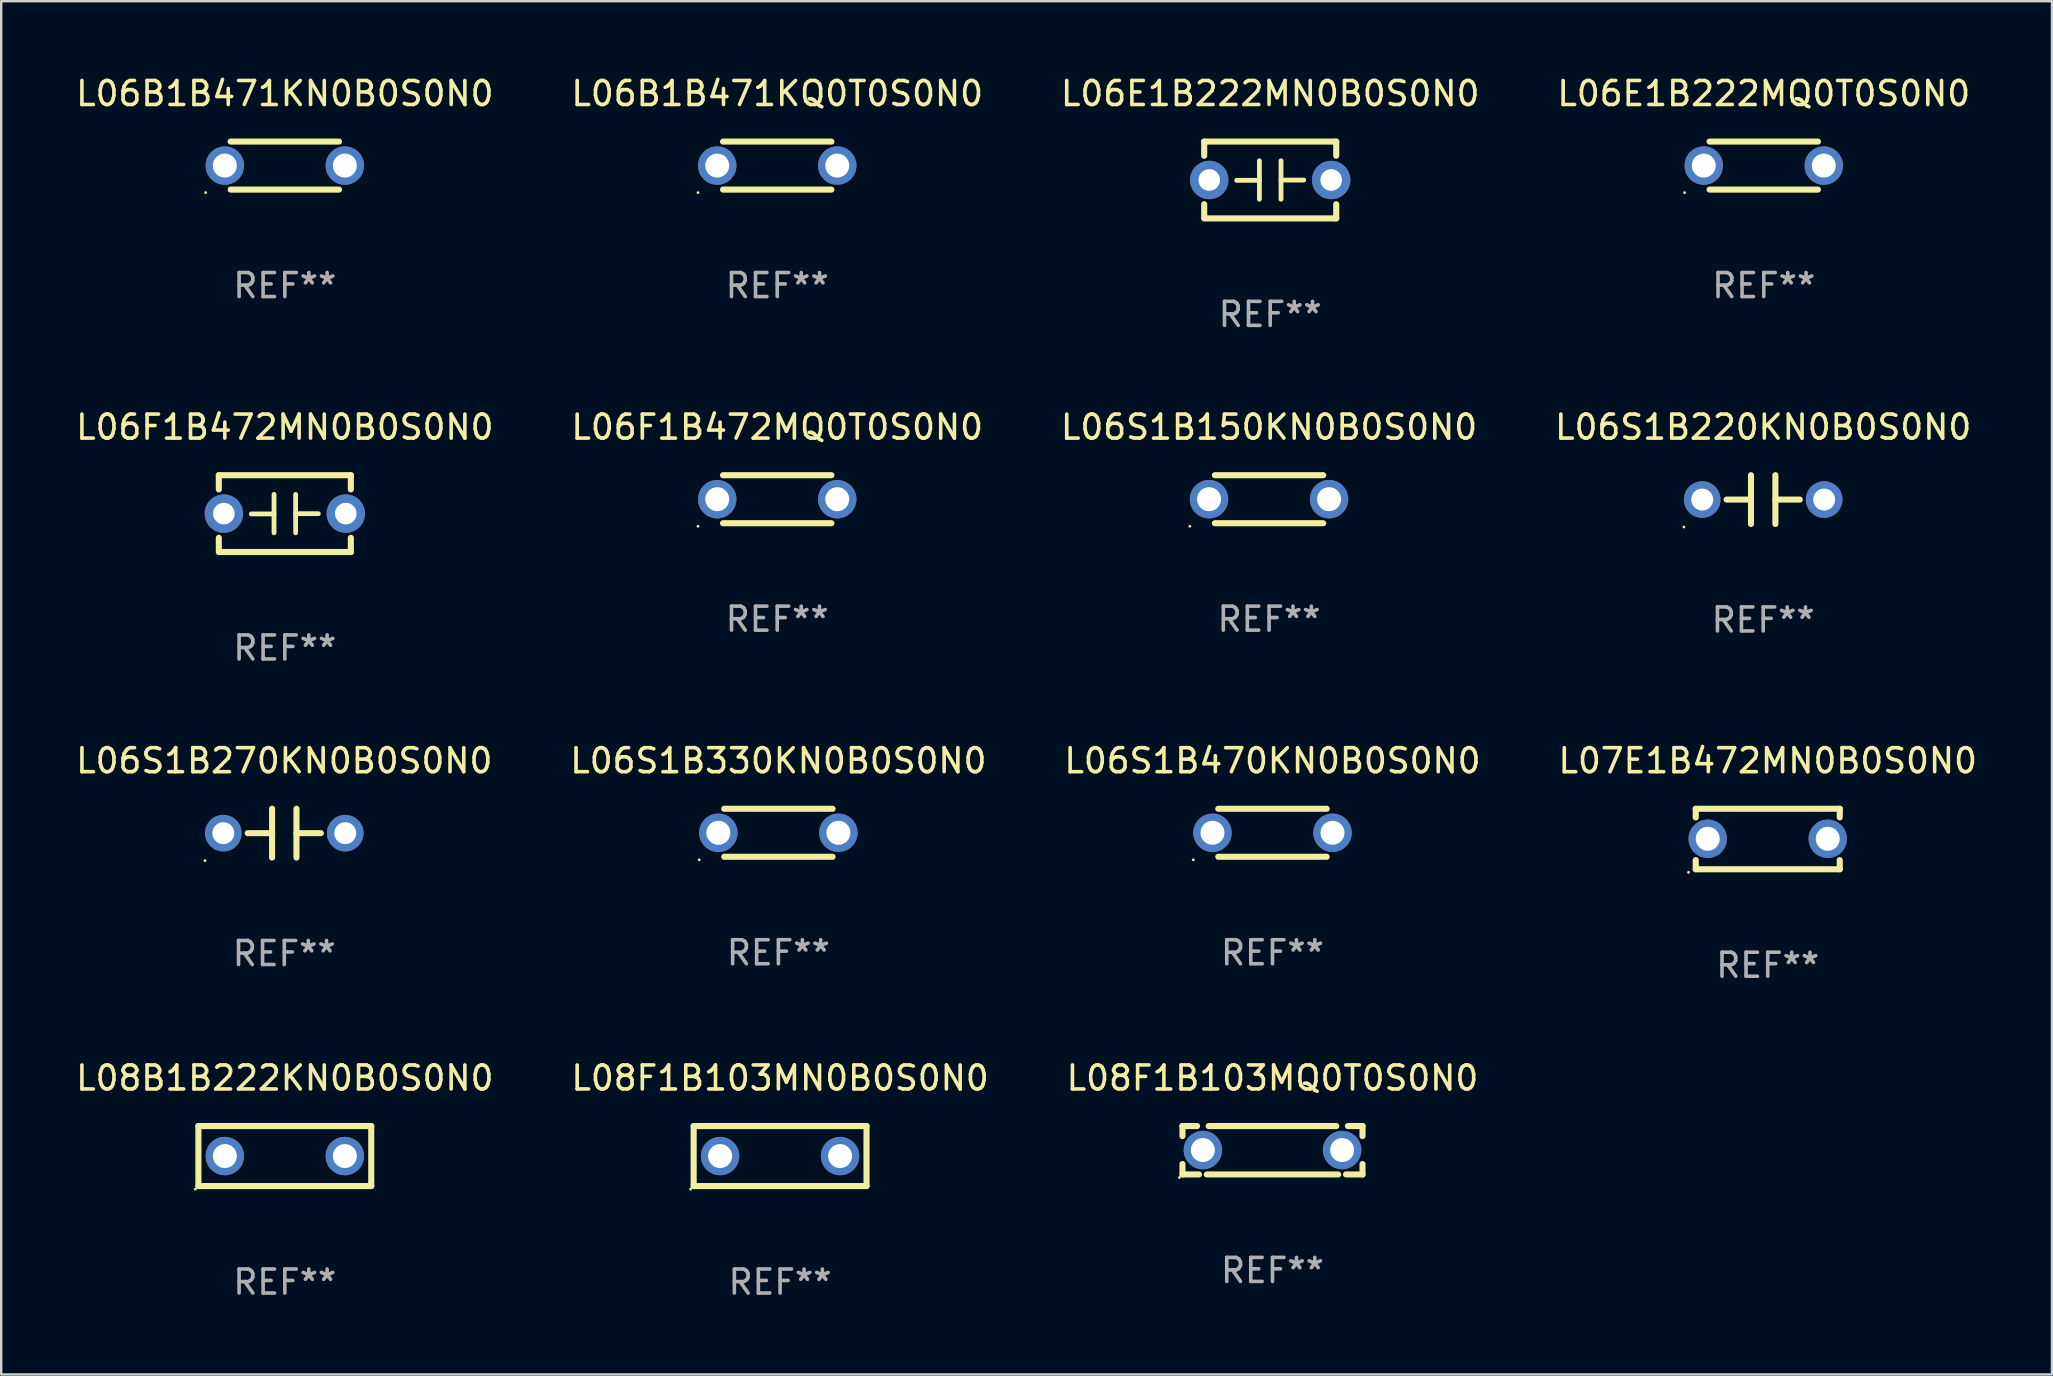
<source format=kicad_pcb>
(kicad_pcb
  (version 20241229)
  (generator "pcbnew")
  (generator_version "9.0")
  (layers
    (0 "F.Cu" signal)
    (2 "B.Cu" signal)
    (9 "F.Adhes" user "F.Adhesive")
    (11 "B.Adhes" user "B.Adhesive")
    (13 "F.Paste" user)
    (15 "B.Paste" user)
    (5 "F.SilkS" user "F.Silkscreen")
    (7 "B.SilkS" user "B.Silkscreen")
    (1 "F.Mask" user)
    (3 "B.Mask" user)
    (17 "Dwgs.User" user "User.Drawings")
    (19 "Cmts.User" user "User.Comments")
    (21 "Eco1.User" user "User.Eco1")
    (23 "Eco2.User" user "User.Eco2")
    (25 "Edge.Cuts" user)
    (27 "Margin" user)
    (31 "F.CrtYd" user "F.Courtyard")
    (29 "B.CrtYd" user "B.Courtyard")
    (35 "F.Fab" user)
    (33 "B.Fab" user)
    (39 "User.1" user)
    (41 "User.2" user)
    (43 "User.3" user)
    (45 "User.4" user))
  (footprint "L08F1B103MN0B0S0N0"
    (layer "F.Cu")
    (at 29.446 45.108)
    (property "Reference" "L08F1B103MN0B0S0N0" (at 0 -3.25 0) (layer "F.SilkS") (effects (font (size 1 1) (thickness 0.15))))
    (attr through_hole)
    (fp_line (start -3.6 1.25) (end -3.6 -1.25) (stroke (width 0.254) (type solid)) (layer "F.SilkS"))
    (fp_line (start -3.6 1.25) (end 3.6 1.25) (stroke (width 0.254) (type solid)) (layer "F.SilkS"))
    (fp_line (start -3.6 -1.25) (end 2.326 -1.25) (stroke (width 0.254) (type solid)) (layer "F.SilkS"))
    (fp_line (start 2.326 -1.25) (end 2.326 -1.25) (stroke (width 0.254) (type solid)) (layer "F.SilkS"))
    (fp_line (start 2.326 -1.25) (end 3.6 -1.25) (stroke (width 0.254) (type solid)) (layer "F.SilkS"))
    (fp_line (start 3.6 -1.25) (end 3.6 1.25) (stroke (width 0.254) (type solid)) (layer "F.SilkS"))
    (fp_circle (center -3.727 1.377) (end -3.697 1.377) (stroke (width 0.06) (type solid)) (fill no) (layer "F.SilkS"))
    (fp_text user "REF**" (at 0 5.25 0) (layer "F.Fab") (effects (font (size 1 1) (thickness 0.15))))
    (pad "1" thru_hole circle (at -2.499 -0.000013) (size 1.6 1.6) (drill 1) (layers "*.Cu" "*.Mask"))
    (pad "2" thru_hole circle (at 2.499 -0.000013) (size 1.6 1.6) (drill 1) (layers "*.Cu" "*.Mask")))
  (footprint "L07E1B472MN0B0S0N0"
    (layer "F.Cu")
    (at 70.589 31.901)
    (property "Reference" "L07E1B472MN0B0S0N0" (at 0 -3.26 0) (layer "F.SilkS") (effects (font (size 1 1) (thickness 0.15))))
    (attr through_hole)
    (fp_line (start -3 -1.26) (end -3 -0.899) (stroke (width 0.254) (type solid)) (layer "F.SilkS"))
    (fp_line (start -3 1.26) (end -3 0.879) (stroke (width 0.254) (type solid)) (layer "F.SilkS"))
    (fp_line (start 3 -1.26) (end -3 -1.26) (stroke (width 0.254) (type solid)) (layer "F.SilkS"))
    (fp_line (start 3 -0.899) (end 3 -1.26) (stroke (width 0.254) (type solid)) (layer "F.SilkS"))
    (fp_line (start 3 0.879) (end 3 1.26) (stroke (width 0.254) (type solid)) (layer "F.SilkS"))
    (fp_line (start 3 1.26) (end -3 1.26) (stroke (width 0.254) (type solid)) (layer "F.SilkS"))
    (fp_circle (center -3.3 1.387) (end -3.27 1.387) (stroke (width 0.06) (type solid)) (fill no) (layer "F.SilkS"))
    (fp_text user "REF**" (at 0 5.26 0) (layer "F.Fab") (effects (font (size 1 1) (thickness 0.15))))
    (pad "1" thru_hole circle (at -2.5 -0.01) (size 1.6 1.6) (drill 1) (layers "*.Cu" "*.Mask"))
    (pad "2" thru_hole circle (at 2.5 -0.01) (size 1.6 1.6) (drill 1) (layers "*.Cu" "*.Mask")))
  (footprint "L08F1B103MQ0T0S0N0"
    (layer "F.Cu")
    (at 49.958 44.866)
    (property "Reference" "L08F1B103MQ0T0S0N0" (at 0 -3.008 0) (layer "F.SilkS") (effects (font (size 1 1) (thickness 0.15))))
    (attr through_hole)
    (fp_line (start -3.75 -1.008) (end -3.75 -0.59) (stroke (width 0.254) (type solid)) (layer "F.SilkS"))
    (fp_line (start -3.75 -1.008) (end -3.143 -1.008) (stroke (width 0.254) (type solid)) (layer "F.SilkS"))
    (fp_line (start -3.75 0.574) (end -3.75 1.008) (stroke (width 0.254) (type solid)) (layer "F.SilkS"))
    (fp_line (start -3.75 1.008) (end -3.063 1.008) (stroke (width 0.254) (type solid)) (layer "F.SilkS"))
    (fp_line (start -2.737 1.008) (end 2.737 1.008) (stroke (width 0.254) (type solid)) (layer "F.SilkS"))
    (fp_line (start -2.657 -1.008) (end 2.657 -1.008) (stroke (width 0.254) (type solid)) (layer "F.SilkS"))
    (fp_line (start 3.063 1.008) (end 3.75 1.008) (stroke (width 0.254) (type solid)) (layer "F.SilkS"))
    (fp_line (start 3.143 -1.008) (end 3.75 -1.008) (stroke (width 0.254) (type solid)) (layer "F.SilkS"))
    (fp_line (start 3.75 -1.008) (end 3.75 -0.59) (stroke (width 0.254) (type solid)) (layer "F.SilkS"))
    (fp_line (start 3.75 0.574) (end 3.75 1.008) (stroke (width 0.254) (type solid)) (layer "F.SilkS"))
    (fp_circle (center -3.877 1.135) (end -3.847 1.135) (stroke (width 0.06) (type solid)) (fill no) (layer "F.SilkS"))
    (fp_text user "REF**" (at 0 5.008 0) (layer "F.Fab") (effects (font (size 1 1) (thickness 0.15))))
    (pad "1" thru_hole circle (at -2.9 -0.008) (size 1.6 1.6) (drill 1) (layers "*.Cu" "*.Mask"))
    (pad "2" thru_hole circle (at 2.9 -0.008) (size 1.6 1.6) (drill 1) (layers "*.Cu" "*.Mask")))
  (footprint "L06S1B270KN0B0S0N0"
    (layer "F.Cu")
    (at 8.792 31.657)
    (property "Reference" "L06S1B270KN0B0S0N0" (at 0 -3.016 0) (layer "F.SilkS") (effects (font (size 1 1) (thickness 0.15))))
    (attr through_hole)
    (fp_line (start -1.524 0) (end -0.508 0) (stroke (width 0.254) (type solid)) (layer "F.SilkS"))
    (fp_line (start -0.508 0) (end -0.508 -1.016) (stroke (width 0.254) (type solid)) (layer "F.SilkS"))
    (fp_line (start -0.508 0) (end -0.508 1.016) (stroke (width 0.254) (type solid)) (layer "F.SilkS"))
    (fp_line (start 0.508 -1.016) (end 0.508 1.016) (stroke (width 0.254) (type solid)) (layer "F.SilkS"))
    (fp_line (start 1.524 0) (end 0.508 0) (stroke (width 0.254) (type solid)) (layer "F.SilkS"))
    (fp_circle (center -3.302 1.143) (end -3.272 1.143) (stroke (width 0.06) (type solid)) (fill no) (layer "F.SilkS"))
    (fp_text user "REF**" (at 0 5.016 0) (layer "F.Fab") (effects (font (size 1 1) (thickness 0.15))))
    (pad "1" thru_hole circle (at -2.54 0) (size 1.524 1.524) (drill 0.914) (layers "*.Cu" "*.Mask"))
    (pad "2" thru_hole circle (at 2.54 0) (size 1.524 1.524) (drill 0.914) (layers "*.Cu" "*.Mask")))
  (footprint "L06S1B150KN0B0S0N0"
    (layer "F.Cu")
    (at 49.815 17.745)
    (property "Reference" "L06S1B150KN0B0S0N0" (at 0 -3 0) (layer "F.SilkS") (effects (font (size 1 1) (thickness 0.15))))
    (attr through_hole)
    (fp_line (start -2.257 -1) (end 2.256 -1) (stroke (width 0.254) (type solid)) (layer "F.SilkS"))
    (fp_line (start -2.257 1) (end 2.256 1) (stroke (width 0.254) (type solid)) (layer "F.SilkS"))
    (fp_circle (center -3.3 1.127) (end -3.27 1.127) (stroke (width 0.06) (type solid)) (fill no) (layer "F.SilkS"))
    (fp_text user "REF**" (at 0 5 0) (layer "F.Fab") (effects (font (size 1 1) (thickness 0.15))))
    (pad "1" thru_hole circle (at -2.5 0) (size 1.6 1.6) (drill 1) (layers "*.Cu" "*.Mask"))
    (pad "2" thru_hole circle (at 2.5 0) (size 1.6 1.6) (drill 1) (layers "*.Cu" "*.Mask")))
  (footprint "L06E1B222MQ0T0S0N0"
    (layer "F.Cu")
    (at 70.423 3.848)
    (property "Reference" "L06E1B222MQ0T0S0N0" (at 0 -3 0) (layer "F.SilkS") (effects (font (size 1 1) (thickness 0.15))))
    (attr through_hole)
    (fp_line (start -2.257 -1) (end 2.256 -1) (stroke (width 0.254) (type solid)) (layer "F.SilkS"))
    (fp_line (start -2.257 1) (end 2.256 1) (stroke (width 0.254) (type solid)) (layer "F.SilkS"))
    (fp_circle (center -3.3 1.127) (end -3.27 1.127) (stroke (width 0.06) (type solid)) (fill no) (layer "F.SilkS"))
    (fp_text user "REF**" (at 0 5 0) (layer "F.Fab") (effects (font (size 1 1) (thickness 0.15))))
    (pad "1" thru_hole circle (at -2.5 0) (size 1.6 1.6) (drill 1) (layers "*.Cu" "*.Mask"))
    (pad "2" thru_hole circle (at 2.5 0) (size 1.6 1.6) (drill 1) (layers "*.Cu" "*.Mask")))
  (footprint "L06S1B470KN0B0S0N0"
    (layer "F.Cu")
    (at 49.958 31.641)
    (property "Reference" "L06S1B470KN0B0S0N0" (at 0 -3 0) (layer "F.SilkS") (effects (font (size 1 1) (thickness 0.15))))
    (attr through_hole)
    (fp_line (start -2.257 -1) (end 2.256 -1) (stroke (width 0.254) (type solid)) (layer "F.SilkS"))
    (fp_line (start -2.257 1) (end 2.256 1) (stroke (width 0.254) (type solid)) (layer "F.SilkS"))
    (fp_circle (center -3.3 1.127) (end -3.27 1.127) (stroke (width 0.06) (type solid)) (fill no) (layer "F.SilkS"))
    (fp_text user "REF**" (at 0 5 0) (layer "F.Fab") (effects (font (size 1 1) (thickness 0.15))))
    (pad "1" thru_hole circle (at -2.5 0) (size 1.6 1.6) (drill 1) (layers "*.Cu" "*.Mask"))
    (pad "2" thru_hole circle (at 2.5 0) (size 1.6 1.6) (drill 1) (layers "*.Cu" "*.Mask")))
  (footprint "L06B1B471KQ0T0S0N0"
    (layer "F.Cu")
    (at 29.327 3.848)
    (property "Reference" "L06B1B471KQ0T0S0N0" (at 0 -3 0) (layer "F.SilkS") (effects (font (size 1 1) (thickness 0.15))))
    (attr through_hole)
    (fp_line (start -2.257 -1) (end 2.256 -1) (stroke (width 0.254) (type solid)) (layer "F.SilkS"))
    (fp_line (start -2.257 1) (end 2.256 1) (stroke (width 0.254) (type solid)) (layer "F.SilkS"))
    (fp_circle (center -3.3 1.127) (end -3.27 1.127) (stroke (width 0.06) (type solid)) (fill no) (layer "F.SilkS"))
    (fp_text user "REF**" (at 0 5 0) (layer "F.Fab") (effects (font (size 1 1) (thickness 0.15))))
    (pad "1" thru_hole circle (at -2.5 0) (size 1.6 1.6) (drill 1) (layers "*.Cu" "*.Mask"))
    (pad "2" thru_hole circle (at 2.5 0) (size 1.6 1.6) (drill 1) (layers "*.Cu" "*.Mask")))
  (footprint "L06B1B471KN0B0S0N0"
    (layer "F.Cu")
    (at 8.815 3.848)
    (property "Reference" "L06B1B471KN0B0S0N0" (at 0 -3 0) (layer "F.SilkS") (effects (font (size 1 1) (thickness 0.15))))
    (attr through_hole)
    (fp_line (start -2.257 -1) (end 2.256 -1) (stroke (width 0.254) (type solid)) (layer "F.SilkS"))
    (fp_line (start -2.257 1) (end 2.256 1) (stroke (width 0.254) (type solid)) (layer "F.SilkS"))
    (fp_circle (center -3.3 1.127) (end -3.27 1.127) (stroke (width 0.06) (type solid)) (fill no) (layer "F.SilkS"))
    (fp_text user "REF**" (at 0 5 0) (layer "F.Fab") (effects (font (size 1 1) (thickness 0.15))))
    (pad "1" thru_hole circle (at -2.5 0) (size 1.6 1.6) (drill 1) (layers "*.Cu" "*.Mask"))
    (pad "2" thru_hole circle (at 2.5 0) (size 1.6 1.6) (drill 1) (layers "*.Cu" "*.Mask")))
  (footprint "L06S1B220KN0B0S0N0"
    (layer "F.Cu")
    (at 70.399 17.761)
    (property "Reference" "L06S1B220KN0B0S0N0" (at 0 -3.016 0) (layer "F.SilkS") (effects (font (size 1 1) (thickness 0.15))))
    (attr through_hole)
    (fp_line (start -1.524 0) (end -0.508 0) (stroke (width 0.254) (type solid)) (layer "F.SilkS"))
    (fp_line (start -0.508 0) (end -0.508 -1.016) (stroke (width 0.254) (type solid)) (layer "F.SilkS"))
    (fp_line (start -0.508 0) (end -0.508 1.016) (stroke (width 0.254) (type solid)) (layer "F.SilkS"))
    (fp_line (start 0.508 -1.016) (end 0.508 1.016) (stroke (width 0.254) (type solid)) (layer "F.SilkS"))
    (fp_line (start 1.524 0) (end 0.508 0) (stroke (width 0.254) (type solid)) (layer "F.SilkS"))
    (fp_circle (center -3.302 1.143) (end -3.272 1.143) (stroke (width 0.06) (type solid)) (fill no) (layer "F.SilkS"))
    (fp_text user "REF**" (at 0 5.016 0) (layer "F.Fab") (effects (font (size 1 1) (thickness 0.15))))
    (pad "1" thru_hole circle (at -2.54 0) (size 1.524 1.524) (drill 0.914) (layers "*.Cu" "*.Mask"))
    (pad "2" thru_hole circle (at 2.54 0) (size 1.524 1.524) (drill 0.914) (layers "*.Cu" "*.Mask")))
  (footprint "L06E1B222MN0B0S0N0"
    (layer "F.Cu")
    (at 49.863 4.448)
    (property "Reference" "L06E1B222MN0B0S0N0" (at 0 -3.6 0) (layer "F.SilkS") (effects (font (size 1 1) (thickness 0.15))))
    (attr through_hole)
    (fp_line (start -2.75 -1.6) (end -2.75 -1.009) (stroke (width 0.254) (type solid)) (layer "F.SilkS"))
    (fp_line (start -2.75 -1.6) (end 2.75 -1.6) (stroke (width 0.254) (type solid)) (layer "F.SilkS"))
    (fp_line (start -2.75 1.009) (end -2.75 1.524) (stroke (width 0.254) (type solid)) (layer "F.SilkS"))
    (fp_line (start -2.75 1.6) (end 2.75 1.6) (stroke (width 0.254) (type solid)) (layer "F.SilkS"))
    (fp_line (start -0.45 -0.8) (end -0.45 0.8) (stroke (width 0.2) (type solid)) (layer "F.SilkS"))
    (fp_line (start -0.45 0.013) (end -1.397 0.013) (stroke (width 0.2) (type solid)) (layer "F.SilkS"))
    (fp_line (start 0.45 0.003) (end 1.397 0.003) (stroke (width 0.2) (type solid)) (layer "F.SilkS"))
    (fp_line (start 0.45 0.8) (end 0.45 -0.8) (stroke (width 0.2) (type solid)) (layer "F.SilkS"))
    (fp_line (start 2.75 -1.6) (end 2.75 -1.009) (stroke (width 0.254) (type solid)) (layer "F.SilkS"))
    (fp_line (start 2.75 1.009) (end 2.75 1.6) (stroke (width 0.254) (type solid)) (layer "F.SilkS"))
    (fp_circle (center -2.79 1.6) (end -2.76 1.6) (stroke (width 0.06) (type solid)) (fill no) (layer "F.SilkS"))
    (fp_text user "REF**" (at 0 5.6 0) (layer "F.Fab") (effects (font (size 1 1) (thickness 0.15))))
    (pad "1" thru_hole circle (at -2.54 0) (size 1.6 1.6) (drill 0.9) (layers "*.Cu" "*.Mask"))
    (pad "2" thru_hole circle (at 2.54 0) (size 1.6 1.6) (drill 0.9) (layers "*.Cu" "*.Mask")))
  (footprint "L06S1B330KN0B0S0N0"
    (layer "F.Cu")
    (at 29.375 31.641)
    (property "Reference" "L06S1B330KN0B0S0N0" (at 0 -3 0) (layer "F.SilkS") (effects (font (size 1 1) (thickness 0.15))))
    (attr through_hole)
    (fp_line (start -2.257 -1) (end 2.256 -1) (stroke (width 0.254) (type solid)) (layer "F.SilkS"))
    (fp_line (start -2.257 1) (end 2.256 1) (stroke (width 0.254) (type solid)) (layer "F.SilkS"))
    (fp_circle (center -3.3 1.127) (end -3.27 1.127) (stroke (width 0.06) (type solid)) (fill no) (layer "F.SilkS"))
    (fp_text user "REF**" (at 0 5 0) (layer "F.Fab") (effects (font (size 1 1) (thickness 0.15))))
    (pad "1" thru_hole circle (at -2.5 0) (size 1.6 1.6) (drill 1) (layers "*.Cu" "*.Mask"))
    (pad "2" thru_hole circle (at 2.5 0) (size 1.6 1.6) (drill 1) (layers "*.Cu" "*.Mask")))
  (footprint "L06F1B472MQ0T0S0N0"
    (layer "F.Cu")
    (at 29.327 17.745)
    (property "Reference" "L06F1B472MQ0T0S0N0" (at 0 -3 0) (layer "F.SilkS") (effects (font (size 1 1) (thickness 0.15))))
    (attr through_hole)
    (fp_line (start -2.257 -1) (end 2.256 -1) (stroke (width 0.254) (type solid)) (layer "F.SilkS"))
    (fp_line (start -2.257 1) (end 2.256 1) (stroke (width 0.254) (type solid)) (layer "F.SilkS"))
    (fp_circle (center -3.3 1.127) (end -3.27 1.127) (stroke (width 0.06) (type solid)) (fill no) (layer "F.SilkS"))
    (fp_text user "REF**" (at 0 5 0) (layer "F.Fab") (effects (font (size 1 1) (thickness 0.15))))
    (pad "1" thru_hole circle (at -2.5 0) (size 1.6 1.6) (drill 1) (layers "*.Cu" "*.Mask"))
    (pad "2" thru_hole circle (at 2.5 0) (size 1.6 1.6) (drill 1) (layers "*.Cu" "*.Mask")))
  (footprint "L08B1B222KN0B0S0N0"
    (layer "F.Cu")
    (at 8.815 45.108)
    (property "Reference" "L08B1B222KN0B0S0N0" (at 0 -3.25 0) (layer "F.SilkS") (effects (font (size 1 1) (thickness 0.15))))
    (attr through_hole)
    (fp_line (start -3.6 1.25) (end -3.6 -1.25) (stroke (width 0.254) (type solid)) (layer "F.SilkS"))
    (fp_line (start -3.6 1.25) (end 3.6 1.25) (stroke (width 0.254) (type solid)) (layer "F.SilkS"))
    (fp_line (start -3.6 -1.25) (end 2.326 -1.25) (stroke (width 0.254) (type solid)) (layer "F.SilkS"))
    (fp_line (start 2.326 -1.25) (end 2.326 -1.25) (stroke (width 0.254) (type solid)) (layer "F.SilkS"))
    (fp_line (start 2.326 -1.25) (end 3.6 -1.25) (stroke (width 0.254) (type solid)) (layer "F.SilkS"))
    (fp_line (start 3.6 -1.25) (end 3.6 1.25) (stroke (width 0.254) (type solid)) (layer "F.SilkS"))
    (fp_circle (center -3.727 1.377) (end -3.697 1.377) (stroke (width 0.06) (type solid)) (fill no) (layer "F.SilkS"))
    (fp_text user "REF**" (at 0 5.25 0) (layer "F.Fab") (effects (font (size 1 1) (thickness 0.15))))
    (pad "1" thru_hole circle (at -2.499 -0.000013) (size 1.6 1.6) (drill 1) (layers "*.Cu" "*.Mask"))
    (pad "2" thru_hole circle (at 2.499 -0.000013) (size 1.6 1.6) (drill 1) (layers "*.Cu" "*.Mask")))
  (footprint "L06F1B472MN0B0S0N0"
    (layer "F.Cu")
    (at 8.815 18.345)
    (property "Reference" "L06F1B472MN0B0S0N0" (at 0 -3.6 0) (layer "F.SilkS") (effects (font (size 1 1) (thickness 0.15))))
    (attr through_hole)
    (fp_line (start -2.75 -1.6) (end -2.75 -1.009) (stroke (width 0.254) (type solid)) (layer "F.SilkS"))
    (fp_line (start -2.75 -1.6) (end 2.75 -1.6) (stroke (width 0.254) (type solid)) (layer "F.SilkS"))
    (fp_line (start -2.75 1.009) (end -2.75 1.524) (stroke (width 0.254) (type solid)) (layer "F.SilkS"))
    (fp_line (start -2.75 1.6) (end 2.75 1.6) (stroke (width 0.254) (type solid)) (layer "F.SilkS"))
    (fp_line (start -0.45 -0.8) (end -0.45 0.8) (stroke (width 0.2) (type solid)) (layer "F.SilkS"))
    (fp_line (start -0.45 0.013) (end -1.397 0.013) (stroke (width 0.2) (type solid)) (layer "F.SilkS"))
    (fp_line (start 0.45 0.003) (end 1.397 0.003) (stroke (width 0.2) (type solid)) (layer "F.SilkS"))
    (fp_line (start 0.45 0.8) (end 0.45 -0.8) (stroke (width 0.2) (type solid)) (layer "F.SilkS"))
    (fp_line (start 2.75 -1.6) (end 2.75 -1.009) (stroke (width 0.254) (type solid)) (layer "F.SilkS"))
    (fp_line (start 2.75 1.009) (end 2.75 1.6) (stroke (width 0.254) (type solid)) (layer "F.SilkS"))
    (fp_circle (center -2.79 1.6) (end -2.76 1.6) (stroke (width 0.06) (type solid)) (fill no) (layer "F.SilkS"))
    (fp_text user "REF**" (at 0 5.6 0) (layer "F.Fab") (effects (font (size 1 1) (thickness 0.15))))
    (pad "1" thru_hole circle (at -2.54 0) (size 1.6 1.6) (drill 0.9) (layers "*.Cu" "*.Mask"))
    (pad "2" thru_hole circle (at 2.54 0) (size 1.6 1.6) (drill 0.9) (layers "*.Cu" "*.Mask")))
  (gr_rect
    (start -3 -3)
    (end 82.429 54.206)
    (stroke (width 0.1) (type default))
    (fill no)
    (layer "Edge.Cuts")))
</source>
